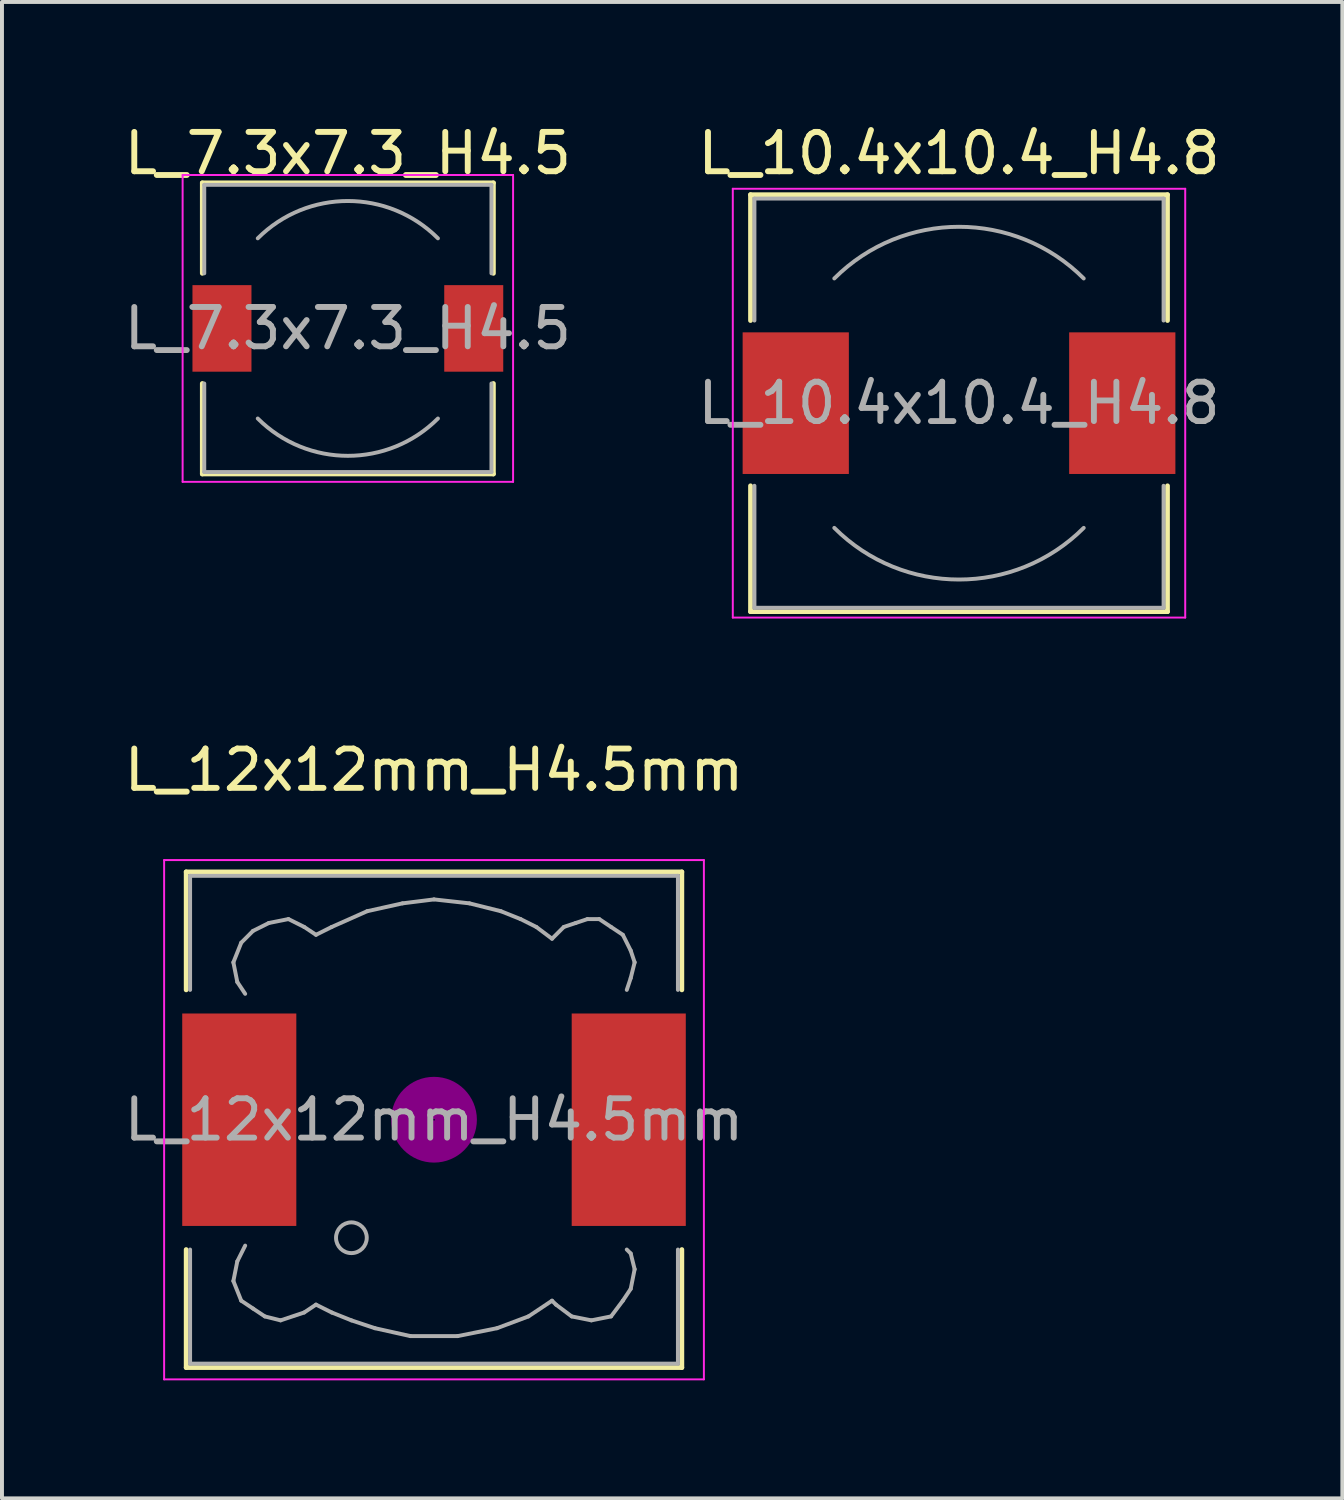
<source format=kicad_pcb>
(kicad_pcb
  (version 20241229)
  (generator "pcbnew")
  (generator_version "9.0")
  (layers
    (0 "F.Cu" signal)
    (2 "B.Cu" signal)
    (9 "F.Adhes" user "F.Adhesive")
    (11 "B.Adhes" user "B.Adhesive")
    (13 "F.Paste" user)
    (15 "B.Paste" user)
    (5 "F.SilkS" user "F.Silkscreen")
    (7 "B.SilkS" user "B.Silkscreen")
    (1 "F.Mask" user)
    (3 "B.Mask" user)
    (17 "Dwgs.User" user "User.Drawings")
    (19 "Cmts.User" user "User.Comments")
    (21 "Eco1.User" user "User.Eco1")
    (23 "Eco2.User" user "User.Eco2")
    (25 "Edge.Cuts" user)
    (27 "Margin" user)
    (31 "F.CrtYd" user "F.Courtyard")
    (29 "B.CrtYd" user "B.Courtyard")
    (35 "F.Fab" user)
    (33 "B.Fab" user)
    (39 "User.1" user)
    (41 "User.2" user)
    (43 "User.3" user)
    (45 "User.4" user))
  (footprint "L_7.3x7.3_H4.5"
    (layer "F.Cu")
    (at 5.792 5.298)
    (property "Reference" "L_7.3x7.3_H4.5" (at 0 -4.45 0) (layer "F.SilkS") (effects (font (size 1 1) (thickness 0.15))))
    (attr smd)
    (fp_line (start -3.7 -3.7) (end 3.7 -3.7) (stroke (width 0.12) (type solid)) (layer "F.SilkS"))
    (fp_line (start -3.7 -1.4) (end -3.7 -3.7) (stroke (width 0.12) (type solid)) (layer "F.SilkS"))
    (fp_line (start -3.7 3.7) (end -3.7 1.4) (stroke (width 0.12) (type solid)) (layer "F.SilkS"))
    (fp_line (start 3.7 -3.7) (end 3.7 -1.4) (stroke (width 0.12) (type solid)) (layer "F.SilkS"))
    (fp_line (start 3.7 1.4) (end 3.7 3.7) (stroke (width 0.12) (type solid)) (layer "F.SilkS"))
    (fp_line (start 3.7 3.7) (end -3.7 3.7) (stroke (width 0.12) (type solid)) (layer "F.SilkS"))
    (fp_line (start -4.2 -3.9) (end -4.2 3.9) (stroke (width 0.05) (type solid)) (layer "F.CrtYd"))
    (fp_line (start -4.2 3.9) (end 4.2 3.9) (stroke (width 0.05) (type solid)) (layer "F.CrtYd"))
    (fp_line (start 4.2 -3.9) (end -4.2 -3.9) (stroke (width 0.05) (type solid)) (layer "F.CrtYd"))
    (fp_line (start 4.2 3.9) (end 4.2 -3.9) (stroke (width 0.05) (type solid)) (layer "F.CrtYd"))
    (fp_line (start -3.65 -3.65) (end -3.65 -1.4) (stroke (width 0.1) (type solid)) (layer "F.Fab"))
    (fp_line (start -3.65 -3.65) (end 3.65 -3.65) (stroke (width 0.1) (type solid)) (layer "F.Fab"))
    (fp_line (start -3.65 3.65) (end -3.65 1.4) (stroke (width 0.1) (type solid)) (layer "F.Fab"))
    (fp_line (start 3.65 -3.65) (end 3.65 -1.4) (stroke (width 0.1) (type solid)) (layer "F.Fab"))
    (fp_line (start 3.65 3.65) (end -3.65 3.65) (stroke (width 0.1) (type solid)) (layer "F.Fab"))
    (fp_line (start 3.65 3.65) (end 3.65 1.4) (stroke (width 0.1) (type solid)) (layer "F.Fab"))
    (fp_arc (start -2.29 -2.29) (mid 0 -3.238549) (end 2.29 -2.29) (stroke (width 0.1) (type solid)) (layer "F.Fab"))
    (fp_arc (start 2.29 2.29) (mid 0 3.238549) (end -2.29 2.29) (stroke (width 0.1) (type solid)) (layer "F.Fab"))
    (fp_text user "${REFERENCE}" (at 0 0 0) (layer "F.Fab") (effects (font (size 1 1) (thickness 0.15))))
    (pad "1" smd rect (at -3.2 0) (size 1.5 2.2) (layers "F.Cu" "F.Mask" "F.Paste"))
    (pad "2" smd rect (at 3.2 0) (size 1.5 2.2) (layers "F.Cu" "F.Mask" "F.Paste")))
  (footprint "L_10.4x10.4_H4.8"
    (layer "F.Cu")
    (at 21.327 7.198)
    (property "Reference" "L_10.4x10.4_H4.8" (at 0 -6.35 0) (layer "F.SilkS") (effects (font (size 1 1) (thickness 0.15))))
    (attr smd)
    (fp_line (start -5.3 -5.3) (end 5.3 -5.3) (stroke (width 0.12) (type solid)) (layer "F.SilkS"))
    (fp_line (start -5.3 -2.1) (end -5.3 -5.3) (stroke (width 0.12) (type solid)) (layer "F.SilkS"))
    (fp_line (start -5.3 5.3) (end -5.3 2.1) (stroke (width 0.12) (type solid)) (layer "F.SilkS"))
    (fp_line (start 5.3 -5.3) (end 5.3 -2.1) (stroke (width 0.12) (type solid)) (layer "F.SilkS"))
    (fp_line (start 5.3 2.1) (end 5.3 5.3) (stroke (width 0.12) (type solid)) (layer "F.SilkS"))
    (fp_line (start 5.3 5.3) (end -5.3 5.3) (stroke (width 0.12) (type solid)) (layer "F.SilkS"))
    (fp_line (start -5.75 -5.45) (end -5.75 5.45) (stroke (width 0.05) (type solid)) (layer "F.CrtYd"))
    (fp_line (start -5.75 5.45) (end 5.75 5.45) (stroke (width 0.05) (type solid)) (layer "F.CrtYd"))
    (fp_line (start 5.75 -5.45) (end -5.75 -5.45) (stroke (width 0.05) (type solid)) (layer "F.CrtYd"))
    (fp_line (start 5.75 5.45) (end 5.75 -5.45) (stroke (width 0.05) (type solid)) (layer "F.CrtYd"))
    (fp_line (start -5.2 -5.2) (end -5.2 -2.1) (stroke (width 0.1) (type solid)) (layer "F.Fab"))
    (fp_line (start -5.2 -5.2) (end 5.2 -5.2) (stroke (width 0.1) (type solid)) (layer "F.Fab"))
    (fp_line (start -5.2 5.2) (end -5.2 2.1) (stroke (width 0.1) (type solid)) (layer "F.Fab"))
    (fp_line (start -5.2 5.2) (end 5.2 5.2) (stroke (width 0.1) (type solid)) (layer "F.Fab"))
    (fp_line (start 5.2 -5.2) (end 5.2 -2.1) (stroke (width 0.1) (type solid)) (layer "F.Fab"))
    (fp_line (start 5.2 5.2) (end 5.2 2.1) (stroke (width 0.1) (type solid)) (layer "F.Fab"))
    (fp_arc (start -3.17 -3.17) (mid 0 -4.483057) (end 3.17 -3.17) (stroke (width 0.1) (type solid)) (layer "F.Fab"))
    (fp_arc (start 3.17 3.17) (mid 0 4.483057) (end -3.17 3.17) (stroke (width 0.1) (type solid)) (layer "F.Fab"))
    (fp_text user "${REFERENCE}" (at 0 0 0) (layer "F.Fab") (effects (font (size 1 1) (thickness 0.15))))
    (pad "1" smd rect (at -4.15 0) (size 2.7 3.6) (layers "F.Cu" "F.Mask" "F.Paste"))
    (pad "2" smd rect (at 4.15 0) (size 2.7 3.6) (layers "F.Cu" "F.Mask" "F.Paste")))
  (footprint "L_12x12mm_H4.5mm"
    (layer "F.Cu")
    (at 7.982 25.412)
    (property "Reference" "L_12x12mm_H4.5mm" (at 0 -8.89 0) (layer "F.SilkS") (effects (font (size 1 1) (thickness 0.15))))
    (attr smd)
    (fp_line (start -6.3 -6.3) (end 6.3 -6.3) (stroke (width 0.12) (type solid)) (layer "F.SilkS"))
    (fp_line (start -6.3 -3.3) (end -6.3 -6.3) (stroke (width 0.12) (type solid)) (layer "F.SilkS"))
    (fp_line (start -6.3 6.3) (end -6.3 3.3) (stroke (width 0.12) (type solid)) (layer "F.SilkS"))
    (fp_line (start 6.3 -6.3) (end 6.3 -3.3) (stroke (width 0.12) (type solid)) (layer "F.SilkS"))
    (fp_line (start 6.3 3.3) (end 6.3 6.3) (stroke (width 0.12) (type solid)) (layer "F.SilkS"))
    (fp_line (start 6.3 6.3) (end -6.3 6.3) (stroke (width 0.12) (type solid)) (layer "F.SilkS"))
    (fp_circle (center 0 0) (end 0.15 0.15) (stroke (width 0.38) (type solid)) (fill no) (layer "F.Adhes"))
    (fp_circle (center 0 0) (end 0.55 0) (stroke (width 0.38) (type solid)) (fill no) (layer "F.Adhes"))
    (fp_circle (center 0 0) (end 0.9 0) (stroke (width 0.38) (type solid)) (fill no) (layer "F.Adhes"))
    (fp_line (start -6.86 -6.6) (end 6.86 -6.6) (stroke (width 0.05) (type solid)) (layer "F.CrtYd"))
    (fp_line (start -6.86 6.6) (end -6.86 -6.6) (stroke (width 0.05) (type solid)) (layer "F.CrtYd"))
    (fp_line (start 6.86 -6.6) (end 6.86 6.6) (stroke (width 0.05) (type solid)) (layer "F.CrtYd"))
    (fp_line (start 6.86 6.6) (end -6.86 6.6) (stroke (width 0.05) (type solid)) (layer "F.CrtYd"))
    (fp_line (start -6.2 -6.2) (end -6.2 -3.3) (stroke (width 0.1) (type solid)) (layer "F.Fab"))
    (fp_line (start -6.2 3.3) (end -6.2 6.2) (stroke (width 0.1) (type solid)) (layer "F.Fab"))
    (fp_line (start -6.2 6.2) (end 6.2 6.2) (stroke (width 0.1) (type solid)) (layer "F.Fab"))
    (fp_line (start -5.1 -4) (end -5 -3.5) (stroke (width 0.1) (type solid)) (layer "F.Fab"))
    (fp_line (start -5.1 4.1) (end -5 3.6) (stroke (width 0.1) (type solid)) (layer "F.Fab"))
    (fp_line (start -5 -3.5) (end -4.8 -3.2) (stroke (width 0.1) (type solid)) (layer "F.Fab"))
    (fp_line (start -5 3.6) (end -4.8 3.2) (stroke (width 0.1) (type solid)) (layer "F.Fab"))
    (fp_line (start -4.9 -4.5) (end -5.1 -4) (stroke (width 0.1) (type solid)) (layer "F.Fab"))
    (fp_line (start -4.9 4.6) (end -5.1 4.1) (stroke (width 0.1) (type solid)) (layer "F.Fab"))
    (fp_line (start -4.6 -4.8) (end -4.9 -4.5) (stroke (width 0.1) (type solid)) (layer "F.Fab"))
    (fp_line (start -4.6 4.8) (end -4.9 4.6) (stroke (width 0.1) (type solid)) (layer "F.Fab"))
    (fp_line (start -4.3 5) (end -4.6 4.8) (stroke (width 0.1) (type solid)) (layer "F.Fab"))
    (fp_line (start -4.2 -5) (end -4.6 -4.8) (stroke (width 0.1) (type solid)) (layer "F.Fab"))
    (fp_line (start -3.9 5.1) (end -4.3 5) (stroke (width 0.1) (type solid)) (layer "F.Fab"))
    (fp_line (start -3.7 -5.1) (end -4.2 -5) (stroke (width 0.1) (type solid)) (layer "F.Fab"))
    (fp_line (start -3.3 -4.9) (end -3.7 -5.1) (stroke (width 0.1) (type solid)) (layer "F.Fab"))
    (fp_line (start -3.3 4.9) (end -3.9 5.1) (stroke (width 0.1) (type solid)) (layer "F.Fab"))
    (fp_line (start -3 -4.7) (end -3.3 -4.9) (stroke (width 0.1) (type solid)) (layer "F.Fab"))
    (fp_line (start -3 4.7) (end -3.3 4.9) (stroke (width 0.1) (type solid)) (layer "F.Fab"))
    (fp_line (start -2.6 -4.9) (end -3 -4.7) (stroke (width 0.1) (type solid)) (layer "F.Fab"))
    (fp_line (start -2.6 4.9) (end -3 4.7) (stroke (width 0.1) (type solid)) (layer "F.Fab"))
    (fp_line (start -2.1 5.1) (end -2.6 4.9) (stroke (width 0.1) (type solid)) (layer "F.Fab"))
    (fp_line (start -1.7 -5.3) (end -2.6 -4.9) (stroke (width 0.1) (type solid)) (layer "F.Fab"))
    (fp_line (start -1.5 5.3) (end -2.1 5.1) (stroke (width 0.1) (type solid)) (layer "F.Fab"))
    (fp_line (start -0.8 -5.5) (end -1.7 -5.3) (stroke (width 0.1) (type solid)) (layer "F.Fab"))
    (fp_line (start -0.6 5.5) (end -1.5 5.3) (stroke (width 0.1) (type solid)) (layer "F.Fab"))
    (fp_line (start 0 -5.6) (end -0.8 -5.5) (stroke (width 0.1) (type solid)) (layer "F.Fab"))
    (fp_line (start 0.6 5.5) (end -0.6 5.5) (stroke (width 0.1) (type solid)) (layer "F.Fab"))
    (fp_line (start 0.9 -5.5) (end 0 -5.6) (stroke (width 0.1) (type solid)) (layer "F.Fab"))
    (fp_line (start 1.6 5.3) (end 0.6 5.5) (stroke (width 0.1) (type solid)) (layer "F.Fab"))
    (fp_line (start 1.7 -5.3) (end 0.9 -5.5) (stroke (width 0.1) (type solid)) (layer "F.Fab"))
    (fp_line (start 2.2 -5.1) (end 1.7 -5.3) (stroke (width 0.1) (type solid)) (layer "F.Fab"))
    (fp_line (start 2.4 5) (end 1.6 5.3) (stroke (width 0.1) (type solid)) (layer "F.Fab"))
    (fp_line (start 2.6 -4.9) (end 2.2 -5.1) (stroke (width 0.1) (type solid)) (layer "F.Fab"))
    (fp_line (start 3 -4.6) (end 2.6 -4.9) (stroke (width 0.1) (type solid)) (layer "F.Fab"))
    (fp_line (start 3 4.6) (end 2.4 5) (stroke (width 0.1) (type solid)) (layer "F.Fab"))
    (fp_line (start 3.1 4.7) (end 3 4.6) (stroke (width 0.1) (type solid)) (layer "F.Fab"))
    (fp_line (start 3.3 -4.9) (end 3 -4.6) (stroke (width 0.1) (type solid)) (layer "F.Fab"))
    (fp_line (start 3.5 5) (end 3.1 4.7) (stroke (width 0.1) (type solid)) (layer "F.Fab"))
    (fp_line (start 3.6 -5) (end 3.3 -4.9) (stroke (width 0.1) (type solid)) (layer "F.Fab"))
    (fp_line (start 3.9 -5.1) (end 3.6 -5) (stroke (width 0.1) (type solid)) (layer "F.Fab"))
    (fp_line (start 4 5.1) (end 3.5 5) (stroke (width 0.1) (type solid)) (layer "F.Fab"))
    (fp_line (start 4.2 -5.1) (end 3.9 -5.1) (stroke (width 0.1) (type solid)) (layer "F.Fab"))
    (fp_line (start 4.5 -4.9) (end 4.2 -5.1) (stroke (width 0.1) (type solid)) (layer "F.Fab"))
    (fp_line (start 4.5 5) (end 4 5.1) (stroke (width 0.1) (type solid)) (layer "F.Fab"))
    (fp_line (start 4.8 -4.7) (end 4.5 -4.9) (stroke (width 0.1) (type solid)) (layer "F.Fab"))
    (fp_line (start 4.8 4.6) (end 4.5 5) (stroke (width 0.1) (type solid)) (layer "F.Fab"))
    (fp_line (start 4.9 -3.3) (end 5 -3.6) (stroke (width 0.1) (type solid)) (layer "F.Fab"))
    (fp_line (start 4.9 3.3) (end 5 3.4) (stroke (width 0.1) (type solid)) (layer "F.Fab"))
    (fp_line (start 5 -4.3) (end 4.8 -4.7) (stroke (width 0.1) (type solid)) (layer "F.Fab"))
    (fp_line (start 5 -3.6) (end 5.1 -4) (stroke (width 0.1) (type solid)) (layer "F.Fab"))
    (fp_line (start 5 3.4) (end 5.1 3.8) (stroke (width 0.1) (type solid)) (layer "F.Fab"))
    (fp_line (start 5 4.3) (end 4.8 4.6) (stroke (width 0.1) (type solid)) (layer "F.Fab"))
    (fp_line (start 5.1 -4) (end 5 -4.3) (stroke (width 0.1) (type solid)) (layer "F.Fab"))
    (fp_line (start 5.1 3.8) (end 5 4.3) (stroke (width 0.1) (type solid)) (layer "F.Fab"))
    (fp_line (start 6.2 -6.2) (end -6.2 -6.2) (stroke (width 0.1) (type solid)) (layer "F.Fab"))
    (fp_line (start 6.2 -6.2) (end 6.2 -3.3) (stroke (width 0.1) (type solid)) (layer "F.Fab"))
    (fp_line (start 6.2 6.2) (end 6.2 3.3) (stroke (width 0.1) (type solid)) (layer "F.Fab"))
    (fp_circle (center -2.1 3) (end -1.8 3.25) (stroke (width 0.1) (type solid)) (fill no) (layer "F.Fab"))
    (fp_text user "${REFERENCE}" (at 0 0 0) (layer "F.Fab") (effects (font (size 1 1) (thickness 0.15))))
    (pad "1" smd rect (at -4.95 0) (size 2.9 5.4) (layers "F.Cu" "F.Mask" "F.Paste"))
    (pad "2" smd rect (at 4.95 0) (size 2.9 5.4) (layers "F.Cu" "F.Mask" "F.Paste")))
  (gr_rect
    (start -3 -3)
    (end 31.071 35.036)
    (stroke (width 0.1) (type default))
    (fill no)
    (layer "Edge.Cuts")))
</source>
